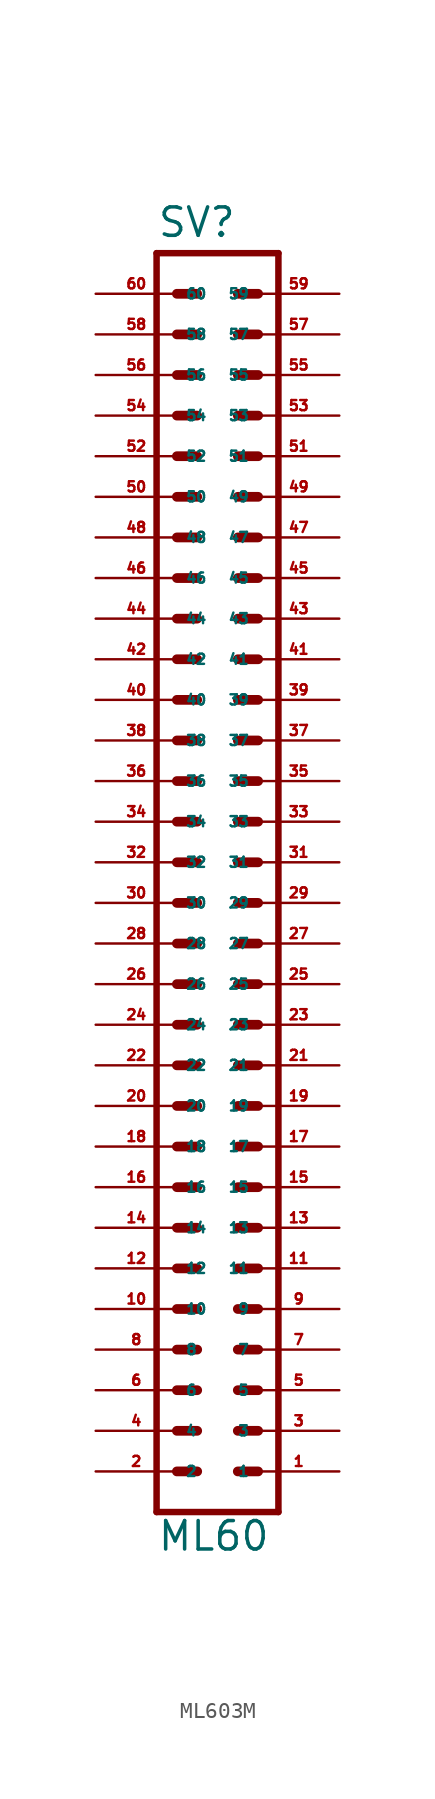
<source format=kicad_sym>
(kicad_symbol_lib
  (version 20220914)
  (generator Eagle2Kicad)
  (symbol "ML603M"
    (property "Reference" "SV"
      (at -3.81 38.989 0)
      (effects (font (size 1.778 1.778) (thickness 0.22)) (justify left bottom)))
    (property "Value" "ML60"
      (at -3.81 -43.18 0)
      (effects (font (size 1.778 1.778) (thickness 0.22)) (justify left bottom)))
    (polyline
      (pts (xy 3.81 -40.64) (xy -3.81 -40.64))
      (stroke (width 0.406) (type default))
      (fill (type none)))
    (polyline
      (pts (xy -3.81 38.1) (xy -3.81 -40.64))
      (stroke (width 0.406) (type default))
      (fill (type none)))
    (polyline
      (pts (xy -3.81 38.1) (xy 3.81 38.1))
      (stroke (width 0.406) (type default))
      (fill (type none)))
    (polyline
      (pts (xy 3.81 -40.64) (xy 3.81 38.1))
      (stroke (width 0.406) (type default))
      (fill (type none)))
    (polyline
      (pts (xy 1.27 -27.94) (xy 2.54 -27.94))
      (stroke (width 0.61) (type default))
      (fill (type none)))
    (polyline
      (pts (xy 1.27 -30.48) (xy 2.54 -30.48))
      (stroke (width 0.61) (type default))
      (fill (type none)))
    (polyline
      (pts (xy 1.27 -33.02) (xy 2.54 -33.02))
      (stroke (width 0.61) (type default))
      (fill (type none)))
    (polyline
      (pts (xy 1.27 -35.56) (xy 2.54 -35.56))
      (stroke (width 0.61) (type default))
      (fill (type none)))
    (polyline
      (pts (xy 1.27 -38.1) (xy 2.54 -38.1))
      (stroke (width 0.61) (type default))
      (fill (type none)))
    (polyline
      (pts (xy -2.54 -27.94) (xy -1.27 -27.94))
      (stroke (width 0.61) (type default))
      (fill (type none)))
    (polyline
      (pts (xy -2.54 -30.48) (xy -1.27 -30.48))
      (stroke (width 0.61) (type default))
      (fill (type none)))
    (polyline
      (pts (xy -2.54 -33.02) (xy -1.27 -33.02))
      (stroke (width 0.61) (type default))
      (fill (type none)))
    (polyline
      (pts (xy -2.54 -35.56) (xy -1.27 -35.56))
      (stroke (width 0.61) (type default))
      (fill (type none)))
    (polyline
      (pts (xy -2.54 -38.1) (xy -1.27 -38.1))
      (stroke (width 0.61) (type default))
      (fill (type none)))
    (polyline
      (pts (xy 1.27 -25.4) (xy 2.54 -25.4))
      (stroke (width 0.61) (type default))
      (fill (type none)))
    (polyline
      (pts (xy 1.27 -22.86) (xy 2.54 -22.86))
      (stroke (width 0.61) (type default))
      (fill (type none)))
    (polyline
      (pts (xy 1.27 -20.32) (xy 2.54 -20.32))
      (stroke (width 0.61) (type default))
      (fill (type none)))
    (polyline
      (pts (xy 1.27 -17.78) (xy 2.54 -17.78))
      (stroke (width 0.61) (type default))
      (fill (type none)))
    (polyline
      (pts (xy 1.27 -15.24) (xy 2.54 -15.24))
      (stroke (width 0.61) (type default))
      (fill (type none)))
    (polyline
      (pts (xy -2.54 -25.4) (xy -1.27 -25.4))
      (stroke (width 0.61) (type default))
      (fill (type none)))
    (polyline
      (pts (xy -2.54 -22.86) (xy -1.27 -22.86))
      (stroke (width 0.61) (type default))
      (fill (type none)))
    (polyline
      (pts (xy -2.54 -20.32) (xy -1.27 -20.32))
      (stroke (width 0.61) (type default))
      (fill (type none)))
    (polyline
      (pts (xy -2.54 -17.78) (xy -1.27 -17.78))
      (stroke (width 0.61) (type default))
      (fill (type none)))
    (polyline
      (pts (xy -2.54 -15.24) (xy -1.27 -15.24))
      (stroke (width 0.61) (type default))
      (fill (type none)))
    (polyline
      (pts (xy 1.27 -12.7) (xy 2.54 -12.7))
      (stroke (width 0.61) (type default))
      (fill (type none)))
    (polyline
      (pts (xy 1.27 -10.16) (xy 2.54 -10.16))
      (stroke (width 0.61) (type default))
      (fill (type none)))
    (polyline
      (pts (xy 1.27 -7.62) (xy 2.54 -7.62))
      (stroke (width 0.61) (type default))
      (fill (type none)))
    (polyline
      (pts (xy -2.54 -12.7) (xy -1.27 -12.7))
      (stroke (width 0.61) (type default))
      (fill (type none)))
    (polyline
      (pts (xy -2.54 -10.16) (xy -1.27 -10.16))
      (stroke (width 0.61) (type default))
      (fill (type none)))
    (polyline
      (pts (xy -2.54 -7.62) (xy -1.27 -7.62))
      (stroke (width 0.61) (type default))
      (fill (type none)))
    (polyline
      (pts (xy 1.27 -5.08) (xy 2.54 -5.08))
      (stroke (width 0.61) (type default))
      (fill (type none)))
    (polyline
      (pts (xy 1.27 -2.54) (xy 2.54 -2.54))
      (stroke (width 0.61) (type default))
      (fill (type none)))
    (polyline
      (pts (xy 1.27 0) (xy 2.54 0))
      (stroke (width 0.61) (type default))
      (fill (type none)))
    (polyline
      (pts (xy 1.27 2.54) (xy 2.54 2.54))
      (stroke (width 0.61) (type default))
      (fill (type none)))
    (polyline
      (pts (xy 1.27 5.08) (xy 2.54 5.08))
      (stroke (width 0.61) (type default))
      (fill (type none)))
    (polyline
      (pts (xy 1.27 7.62) (xy 2.54 7.62))
      (stroke (width 0.61) (type default))
      (fill (type none)))
    (polyline
      (pts (xy 1.27 10.16) (xy 2.54 10.16))
      (stroke (width 0.61) (type default))
      (fill (type none)))
    (polyline
      (pts (xy -2.54 -5.08) (xy -1.27 -5.08))
      (stroke (width 0.61) (type default))
      (fill (type none)))
    (polyline
      (pts (xy -2.54 -2.54) (xy -1.27 -2.54))
      (stroke (width 0.61) (type default))
      (fill (type none)))
    (polyline
      (pts (xy -2.54 0) (xy -1.27 0))
      (stroke (width 0.61) (type default))
      (fill (type none)))
    (polyline
      (pts (xy -2.54 2.54) (xy -1.27 2.54))
      (stroke (width 0.61) (type default))
      (fill (type none)))
    (polyline
      (pts (xy -2.54 5.08) (xy -1.27 5.08))
      (stroke (width 0.61) (type default))
      (fill (type none)))
    (polyline
      (pts (xy -2.54 7.62) (xy -1.27 7.62))
      (stroke (width 0.61) (type default))
      (fill (type none)))
    (polyline
      (pts (xy -2.54 10.16) (xy -1.27 10.16))
      (stroke (width 0.61) (type default))
      (fill (type none)))
    (polyline
      (pts (xy -2.54 12.7) (xy -1.27 12.7))
      (stroke (width 0.61) (type default))
      (fill (type none)))
    (polyline
      (pts (xy -2.54 15.24) (xy -1.27 15.24))
      (stroke (width 0.61) (type default))
      (fill (type none)))
    (polyline
      (pts (xy -2.54 17.78) (xy -1.27 17.78))
      (stroke (width 0.61) (type default))
      (fill (type none)))
    (polyline
      (pts (xy 1.27 12.7) (xy 2.54 12.7))
      (stroke (width 0.61) (type default))
      (fill (type none)))
    (polyline
      (pts (xy 1.27 15.24) (xy 2.54 15.24))
      (stroke (width 0.61) (type default))
      (fill (type none)))
    (polyline
      (pts (xy 1.27 17.78) (xy 2.54 17.78))
      (stroke (width 0.61) (type default))
      (fill (type none)))
    (polyline
      (pts (xy -2.54 20.32) (xy -1.27 20.32))
      (stroke (width 0.61) (type default))
      (fill (type none)))
    (polyline
      (pts (xy -2.54 22.86) (xy -1.27 22.86))
      (stroke (width 0.61) (type default))
      (fill (type none)))
    (polyline
      (pts (xy 1.27 20.32) (xy 2.54 20.32))
      (stroke (width 0.61) (type default))
      (fill (type none)))
    (polyline
      (pts (xy 1.27 22.86) (xy 2.54 22.86))
      (stroke (width 0.61) (type default))
      (fill (type none)))
    (polyline
      (pts (xy -2.54 25.4) (xy -1.27 25.4))
      (stroke (width 0.61) (type default))
      (fill (type none)))
    (polyline
      (pts (xy -2.54 27.94) (xy -1.27 27.94))
      (stroke (width 0.61) (type default))
      (fill (type none)))
    (polyline
      (pts (xy -2.54 30.48) (xy -1.27 30.48))
      (stroke (width 0.61) (type default))
      (fill (type none)))
    (polyline
      (pts (xy -2.54 33.02) (xy -1.27 33.02))
      (stroke (width 0.61) (type default))
      (fill (type none)))
    (polyline
      (pts (xy -2.54 35.56) (xy -1.27 35.56))
      (stroke (width 0.61) (type default))
      (fill (type none)))
    (polyline
      (pts (xy 1.27 25.4) (xy 2.54 25.4))
      (stroke (width 0.61) (type default))
      (fill (type none)))
    (polyline
      (pts (xy 1.27 27.94) (xy 2.54 27.94))
      (stroke (width 0.61) (type default))
      (fill (type none)))
    (polyline
      (pts (xy 1.27 30.48) (xy 2.54 30.48))
      (stroke (width 0.61) (type default))
      (fill (type none)))
    (polyline
      (pts (xy 1.27 33.02) (xy 2.54 33.02))
      (stroke (width 0.61) (type default))
      (fill (type none)))
    (polyline
      (pts (xy 1.27 35.56) (xy 2.54 35.56))
      (stroke (width 0.61) (type default))
      (fill (type none)))
    (pin passive line
      (at 7.62 -38.1 180)
      (length 5.08)
      (name "1" (effects (font (size 0.635 0.635) (thickness 0.08)) (justify left bottom)))
      (number "1" (effects (font (size 0.635 0.635) (thickness 0.08)) (justify left bottom))))
    (pin passive line
      (at 7.62 -35.56 180)
      (length 5.08)
      (name "3" (effects (font (size 0.635 0.635) (thickness 0.08)) (justify left bottom)))
      (number "3" (effects (font (size 0.635 0.635) (thickness 0.08)) (justify left bottom))))
    (pin passive line
      (at 7.62 -33.02 180)
      (length 5.08)
      (name "5" (effects (font (size 0.635 0.635) (thickness 0.08)) (justify left bottom)))
      (number "5" (effects (font (size 0.635 0.635) (thickness 0.08)) (justify left bottom))))
    (pin passive line
      (at 7.62 -30.48 180)
      (length 5.08)
      (name "7" (effects (font (size 0.635 0.635) (thickness 0.08)) (justify left bottom)))
      (number "7" (effects (font (size 0.635 0.635) (thickness 0.08)) (justify left bottom))))
    (pin passive line
      (at 7.62 -27.94 180)
      (length 5.08)
      (name "9" (effects (font (size 0.635 0.635) (thickness 0.08)) (justify left bottom)))
      (number "9" (effects (font (size 0.635 0.635) (thickness 0.08)) (justify left bottom))))
    (pin passive line
      (at 7.62 -25.4 180)
      (length 5.08)
      (name "11" (effects (font (size 0.635 0.635) (thickness 0.08)) (justify left bottom)))
      (number "11" (effects (font (size 0.635 0.635) (thickness 0.08)) (justify left bottom))))
    (pin passive line
      (at 7.62 -22.86 180)
      (length 5.08)
      (name "13" (effects (font (size 0.635 0.635) (thickness 0.08)) (justify left bottom)))
      (number "13" (effects (font (size 0.635 0.635) (thickness 0.08)) (justify left bottom))))
    (pin passive line
      (at 7.62 -20.32 180)
      (length 5.08)
      (name "15" (effects (font (size 0.635 0.635) (thickness 0.08)) (justify left bottom)))
      (number "15" (effects (font (size 0.635 0.635) (thickness 0.08)) (justify left bottom))))
    (pin passive line
      (at 7.62 -17.78 180)
      (length 5.08)
      (name "17" (effects (font (size 0.635 0.635) (thickness 0.08)) (justify left bottom)))
      (number "17" (effects (font (size 0.635 0.635) (thickness 0.08)) (justify left bottom))))
    (pin passive line
      (at 7.62 -15.24 180)
      (length 5.08)
      (name "19" (effects (font (size 0.635 0.635) (thickness 0.08)) (justify left bottom)))
      (number "19" (effects (font (size 0.635 0.635) (thickness 0.08)) (justify left bottom))))
    (pin passive line
      (at 7.62 -12.7 180)
      (length 5.08)
      (name "21" (effects (font (size 0.635 0.635) (thickness 0.08)) (justify left bottom)))
      (number "21" (effects (font (size 0.635 0.635) (thickness 0.08)) (justify left bottom))))
    (pin passive line
      (at 7.62 -10.16 180)
      (length 5.08)
      (name "23" (effects (font (size 0.635 0.635) (thickness 0.08)) (justify left bottom)))
      (number "23" (effects (font (size 0.635 0.635) (thickness 0.08)) (justify left bottom))))
    (pin passive line
      (at 7.62 -7.62 180)
      (length 5.08)
      (name "25" (effects (font (size 0.635 0.635) (thickness 0.08)) (justify left bottom)))
      (number "25" (effects (font (size 0.635 0.635) (thickness 0.08)) (justify left bottom))))
    (pin passive line
      (at 7.62 -5.08 180)
      (length 5.08)
      (name "27" (effects (font (size 0.635 0.635) (thickness 0.08)) (justify left bottom)))
      (number "27" (effects (font (size 0.635 0.635) (thickness 0.08)) (justify left bottom))))
    (pin passive line
      (at 7.62 -2.54 180)
      (length 5.08)
      (name "29" (effects (font (size 0.635 0.635) (thickness 0.08)) (justify left bottom)))
      (number "29" (effects (font (size 0.635 0.635) (thickness 0.08)) (justify left bottom))))
    (pin passive line
      (at 7.62 0 180)
      (length 5.08)
      (name "31" (effects (font (size 0.635 0.635) (thickness 0.08)) (justify left bottom)))
      (number "31" (effects (font (size 0.635 0.635) (thickness 0.08)) (justify left bottom))))
    (pin passive line
      (at 7.62 2.54 180)
      (length 5.08)
      (name "33" (effects (font (size 0.635 0.635) (thickness 0.08)) (justify left bottom)))
      (number "33" (effects (font (size 0.635 0.635) (thickness 0.08)) (justify left bottom))))
    (pin passive line
      (at 7.62 5.08 180)
      (length 5.08)
      (name "35" (effects (font (size 0.635 0.635) (thickness 0.08)) (justify left bottom)))
      (number "35" (effects (font (size 0.635 0.635) (thickness 0.08)) (justify left bottom))))
    (pin passive line
      (at 7.62 7.62 180)
      (length 5.08)
      (name "37" (effects (font (size 0.635 0.635) (thickness 0.08)) (justify left bottom)))
      (number "37" (effects (font (size 0.635 0.635) (thickness 0.08)) (justify left bottom))))
    (pin passive line
      (at 7.62 10.16 180)
      (length 5.08)
      (name "39" (effects (font (size 0.635 0.635) (thickness 0.08)) (justify left bottom)))
      (number "39" (effects (font (size 0.635 0.635) (thickness 0.08)) (justify left bottom))))
    (pin passive line
      (at -7.62 -38.1 0)
      (length 5.08)
      (name "2" (effects (font (size 0.635 0.635) (thickness 0.08)) (justify left bottom)))
      (number "2" (effects (font (size 0.635 0.635) (thickness 0.08)) (justify left bottom))))
    (pin passive line
      (at -7.62 -35.56 0)
      (length 5.08)
      (name "4" (effects (font (size 0.635 0.635) (thickness 0.08)) (justify left bottom)))
      (number "4" (effects (font (size 0.635 0.635) (thickness 0.08)) (justify left bottom))))
    (pin passive line
      (at -7.62 -33.02 0)
      (length 5.08)
      (name "6" (effects (font (size 0.635 0.635) (thickness 0.08)) (justify left bottom)))
      (number "6" (effects (font (size 0.635 0.635) (thickness 0.08)) (justify left bottom))))
    (pin passive line
      (at -7.62 -30.48 0)
      (length 5.08)
      (name "8" (effects (font (size 0.635 0.635) (thickness 0.08)) (justify left bottom)))
      (number "8" (effects (font (size 0.635 0.635) (thickness 0.08)) (justify left bottom))))
    (pin passive line
      (at -7.62 -27.94 0)
      (length 5.08)
      (name "10" (effects (font (size 0.635 0.635) (thickness 0.08)) (justify left bottom)))
      (number "10" (effects (font (size 0.635 0.635) (thickness 0.08)) (justify left bottom))))
    (pin passive line
      (at -7.62 -25.4 0)
      (length 5.08)
      (name "12" (effects (font (size 0.635 0.635) (thickness 0.08)) (justify left bottom)))
      (number "12" (effects (font (size 0.635 0.635) (thickness 0.08)) (justify left bottom))))
    (pin passive line
      (at -7.62 -22.86 0)
      (length 5.08)
      (name "14" (effects (font (size 0.635 0.635) (thickness 0.08)) (justify left bottom)))
      (number "14" (effects (font (size 0.635 0.635) (thickness 0.08)) (justify left bottom))))
    (pin passive line
      (at -7.62 -20.32 0)
      (length 5.08)
      (name "16" (effects (font (size 0.635 0.635) (thickness 0.08)) (justify left bottom)))
      (number "16" (effects (font (size 0.635 0.635) (thickness 0.08)) (justify left bottom))))
    (pin passive line
      (at -7.62 -17.78 0)
      (length 5.08)
      (name "18" (effects (font (size 0.635 0.635) (thickness 0.08)) (justify left bottom)))
      (number "18" (effects (font (size 0.635 0.635) (thickness 0.08)) (justify left bottom))))
    (pin passive line
      (at -7.62 -15.24 0)
      (length 5.08)
      (name "20" (effects (font (size 0.635 0.635) (thickness 0.08)) (justify left bottom)))
      (number "20" (effects (font (size 0.635 0.635) (thickness 0.08)) (justify left bottom))))
    (pin passive line
      (at -7.62 -12.7 0)
      (length 5.08)
      (name "22" (effects (font (size 0.635 0.635) (thickness 0.08)) (justify left bottom)))
      (number "22" (effects (font (size 0.635 0.635) (thickness 0.08)) (justify left bottom))))
    (pin passive line
      (at -7.62 -10.16 0)
      (length 5.08)
      (name "24" (effects (font (size 0.635 0.635) (thickness 0.08)) (justify left bottom)))
      (number "24" (effects (font (size 0.635 0.635) (thickness 0.08)) (justify left bottom))))
    (pin passive line
      (at -7.62 -7.62 0)
      (length 5.08)
      (name "26" (effects (font (size 0.635 0.635) (thickness 0.08)) (justify left bottom)))
      (number "26" (effects (font (size 0.635 0.635) (thickness 0.08)) (justify left bottom))))
    (pin passive line
      (at -7.62 -5.08 0)
      (length 5.08)
      (name "28" (effects (font (size 0.635 0.635) (thickness 0.08)) (justify left bottom)))
      (number "28" (effects (font (size 0.635 0.635) (thickness 0.08)) (justify left bottom))))
    (pin passive line
      (at -7.62 -2.54 0)
      (length 5.08)
      (name "30" (effects (font (size 0.635 0.635) (thickness 0.08)) (justify left bottom)))
      (number "30" (effects (font (size 0.635 0.635) (thickness 0.08)) (justify left bottom))))
    (pin passive line
      (at -7.62 0 0)
      (length 5.08)
      (name "32" (effects (font (size 0.635 0.635) (thickness 0.08)) (justify left bottom)))
      (number "32" (effects (font (size 0.635 0.635) (thickness 0.08)) (justify left bottom))))
    (pin passive line
      (at -7.62 2.54 0)
      (length 5.08)
      (name "34" (effects (font (size 0.635 0.635) (thickness 0.08)) (justify left bottom)))
      (number "34" (effects (font (size 0.635 0.635) (thickness 0.08)) (justify left bottom))))
    (pin passive line
      (at -7.62 5.08 0)
      (length 5.08)
      (name "36" (effects (font (size 0.635 0.635) (thickness 0.08)) (justify left bottom)))
      (number "36" (effects (font (size 0.635 0.635) (thickness 0.08)) (justify left bottom))))
    (pin passive line
      (at -7.62 7.62 0)
      (length 5.08)
      (name "38" (effects (font (size 0.635 0.635) (thickness 0.08)) (justify left bottom)))
      (number "38" (effects (font (size 0.635 0.635) (thickness 0.08)) (justify left bottom))))
    (pin passive line
      (at -7.62 10.16 0)
      (length 5.08)
      (name "40" (effects (font (size 0.635 0.635) (thickness 0.08)) (justify left bottom)))
      (number "40" (effects (font (size 0.635 0.635) (thickness 0.08)) (justify left bottom))))
    (pin passive line
      (at 7.62 12.7 180)
      (length 5.08)
      (name "41" (effects (font (size 0.635 0.635) (thickness 0.08)) (justify left bottom)))
      (number "41" (effects (font (size 0.635 0.635) (thickness 0.08)) (justify left bottom))))
    (pin passive line
      (at 7.62 15.24 180)
      (length 5.08)
      (name "43" (effects (font (size 0.635 0.635) (thickness 0.08)) (justify left bottom)))
      (number "43" (effects (font (size 0.635 0.635) (thickness 0.08)) (justify left bottom))))
    (pin passive line
      (at 7.62 17.78 180)
      (length 5.08)
      (name "45" (effects (font (size 0.635 0.635) (thickness 0.08)) (justify left bottom)))
      (number "45" (effects (font (size 0.635 0.635) (thickness 0.08)) (justify left bottom))))
    (pin passive line
      (at 7.62 20.32 180)
      (length 5.08)
      (name "47" (effects (font (size 0.635 0.635) (thickness 0.08)) (justify left bottom)))
      (number "47" (effects (font (size 0.635 0.635) (thickness 0.08)) (justify left bottom))))
    (pin passive line
      (at 7.62 22.86 180)
      (length 5.08)
      (name "49" (effects (font (size 0.635 0.635) (thickness 0.08)) (justify left bottom)))
      (number "49" (effects (font (size 0.635 0.635) (thickness 0.08)) (justify left bottom))))
    (pin passive line
      (at -7.62 12.7 0)
      (length 5.08)
      (name "42" (effects (font (size 0.635 0.635) (thickness 0.08)) (justify left bottom)))
      (number "42" (effects (font (size 0.635 0.635) (thickness 0.08)) (justify left bottom))))
    (pin passive line
      (at -7.62 15.24 0)
      (length 5.08)
      (name "44" (effects (font (size 0.635 0.635) (thickness 0.08)) (justify left bottom)))
      (number "44" (effects (font (size 0.635 0.635) (thickness 0.08)) (justify left bottom))))
    (pin passive line
      (at -7.62 17.78 0)
      (length 5.08)
      (name "46" (effects (font (size 0.635 0.635) (thickness 0.08)) (justify left bottom)))
      (number "46" (effects (font (size 0.635 0.635) (thickness 0.08)) (justify left bottom))))
    (pin passive line
      (at -7.62 20.32 0)
      (length 5.08)
      (name "48" (effects (font (size 0.635 0.635) (thickness 0.08)) (justify left bottom)))
      (number "48" (effects (font (size 0.635 0.635) (thickness 0.08)) (justify left bottom))))
    (pin passive line
      (at -7.62 22.86 0)
      (length 5.08)
      (name "50" (effects (font (size 0.635 0.635) (thickness 0.08)) (justify left bottom)))
      (number "50" (effects (font (size 0.635 0.635) (thickness 0.08)) (justify left bottom))))
    (pin passive line
      (at 7.62 25.4 180)
      (length 5.08)
      (name "51" (effects (font (size 0.635 0.635) (thickness 0.08)) (justify left bottom)))
      (number "51" (effects (font (size 0.635 0.635) (thickness 0.08)) (justify left bottom))))
    (pin passive line
      (at 7.62 27.94 180)
      (length 5.08)
      (name "53" (effects (font (size 0.635 0.635) (thickness 0.08)) (justify left bottom)))
      (number "53" (effects (font (size 0.635 0.635) (thickness 0.08)) (justify left bottom))))
    (pin passive line
      (at 7.62 30.48 180)
      (length 5.08)
      (name "55" (effects (font (size 0.635 0.635) (thickness 0.08)) (justify left bottom)))
      (number "55" (effects (font (size 0.635 0.635) (thickness 0.08)) (justify left bottom))))
    (pin passive line
      (at 7.62 33.02 180)
      (length 5.08)
      (name "57" (effects (font (size 0.635 0.635) (thickness 0.08)) (justify left bottom)))
      (number "57" (effects (font (size 0.635 0.635) (thickness 0.08)) (justify left bottom))))
    (pin passive line
      (at 7.62 35.56 180)
      (length 5.08)
      (name "59" (effects (font (size 0.635 0.635) (thickness 0.08)) (justify left bottom)))
      (number "59" (effects (font (size 0.635 0.635) (thickness 0.08)) (justify left bottom))))
    (pin passive line
      (at -7.62 25.4 0)
      (length 5.08)
      (name "52" (effects (font (size 0.635 0.635) (thickness 0.08)) (justify left bottom)))
      (number "52" (effects (font (size 0.635 0.635) (thickness 0.08)) (justify left bottom))))
    (pin passive line
      (at -7.62 27.94 0)
      (length 5.08)
      (name "54" (effects (font (size 0.635 0.635) (thickness 0.08)) (justify left bottom)))
      (number "54" (effects (font (size 0.635 0.635) (thickness 0.08)) (justify left bottom))))
    (pin passive line
      (at -7.62 30.48 0)
      (length 5.08)
      (name "56" (effects (font (size 0.635 0.635) (thickness 0.08)) (justify left bottom)))
      (number "56" (effects (font (size 0.635 0.635) (thickness 0.08)) (justify left bottom))))
    (pin passive line
      (at -7.62 33.02 0)
      (length 5.08)
      (name "58" (effects (font (size 0.635 0.635) (thickness 0.08)) (justify left bottom)))
      (number "58" (effects (font (size 0.635 0.635) (thickness 0.08)) (justify left bottom))))
    (pin passive line
      (at -7.62 35.56 0)
      (length 5.08)
      (name "60" (effects (font (size 0.635 0.635) (thickness 0.08)) (justify left bottom)))
      (number "60" (effects (font (size 0.635 0.635) (thickness 0.08)) (justify left bottom))))))
</source>
